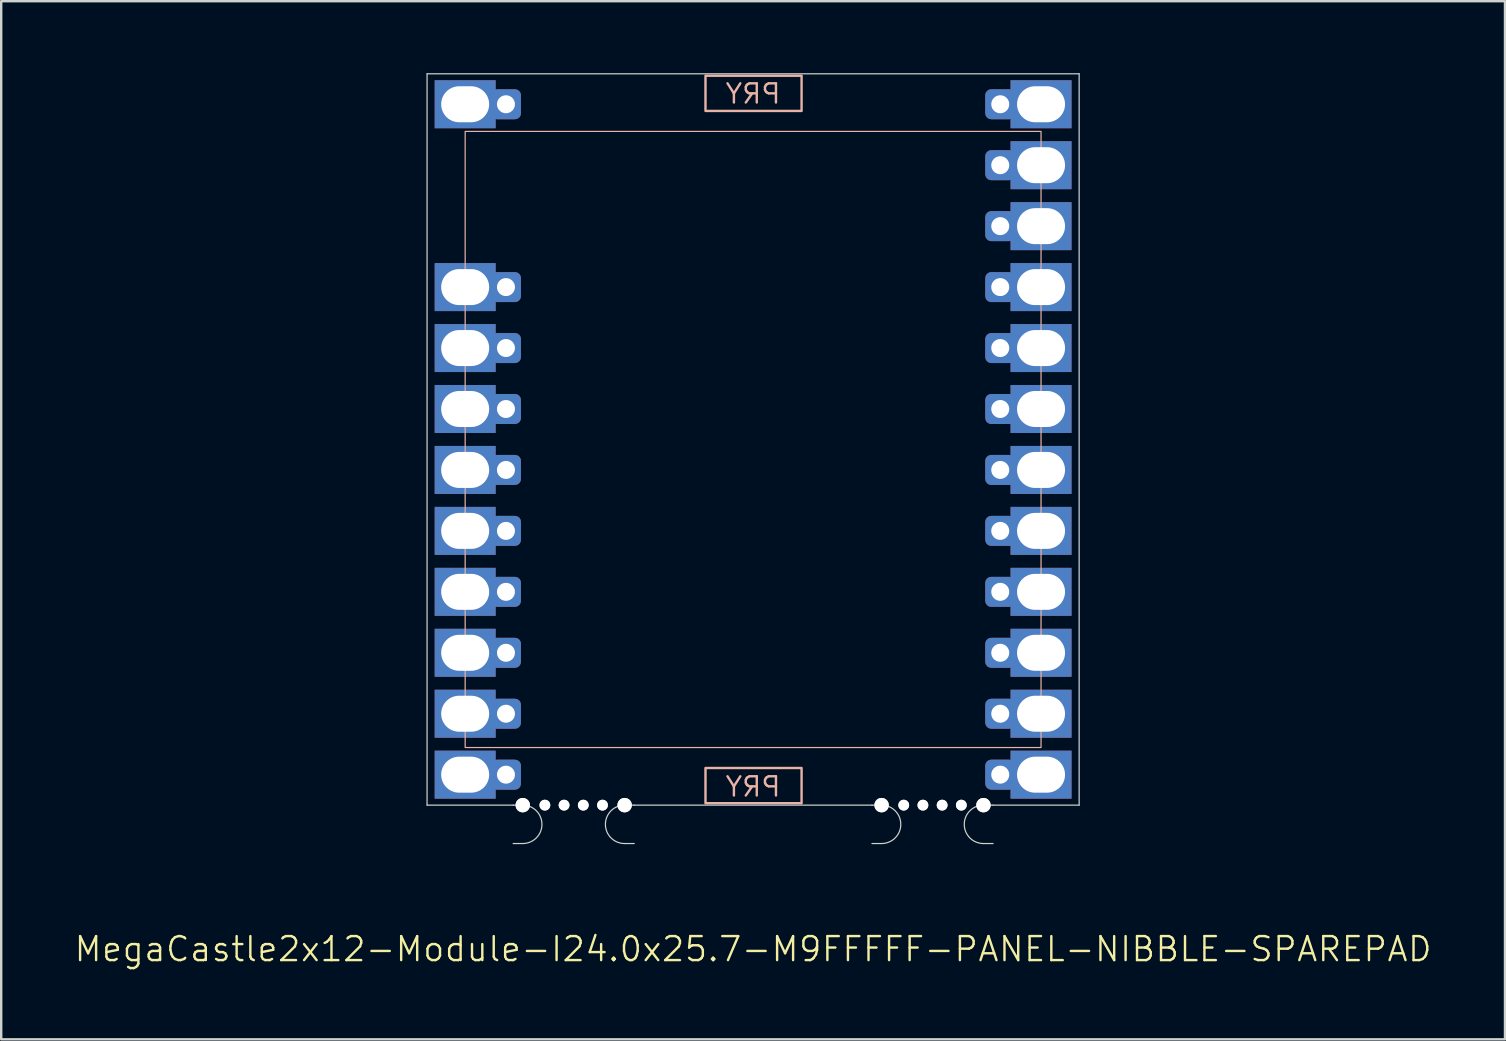
<source format=kicad_pcb>
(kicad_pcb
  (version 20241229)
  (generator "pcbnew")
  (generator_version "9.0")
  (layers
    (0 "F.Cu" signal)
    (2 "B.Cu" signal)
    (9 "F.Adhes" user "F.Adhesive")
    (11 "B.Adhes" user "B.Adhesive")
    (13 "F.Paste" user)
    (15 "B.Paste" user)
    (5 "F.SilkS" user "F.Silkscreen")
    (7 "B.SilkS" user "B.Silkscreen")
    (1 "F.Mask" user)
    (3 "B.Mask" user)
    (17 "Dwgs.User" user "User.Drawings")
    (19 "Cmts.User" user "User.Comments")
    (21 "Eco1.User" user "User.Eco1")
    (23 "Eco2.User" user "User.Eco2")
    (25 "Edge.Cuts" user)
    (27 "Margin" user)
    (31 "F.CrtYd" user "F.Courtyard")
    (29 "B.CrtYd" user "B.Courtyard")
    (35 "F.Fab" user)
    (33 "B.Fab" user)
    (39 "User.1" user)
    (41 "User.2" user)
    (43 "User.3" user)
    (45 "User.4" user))
  (footprint "MegaCastle2x12-Module-I24.0x25.7-M9FFFFF-PANEL-NIBBLE-SPAREPAD"
    (layer "F.Cu")
    (at 28.336 15.265)
    (property "Reference" "MegaCastle2x12-Module-I24.0x25.7-M9FFFFF-PANEL-NIBBLE-SPAREPAD" (at 0 21.24 0) (unlocked yes) (layer "F.SilkS") (effects (font (size 1 1) (thickness 0.1))))
    (attr smd)
    (fp_rect (start -12 12.84) (end 12 -12.84) (stroke (width 0.05) (type default)) (fill no) (layer "B.SilkS"))
    (fp_rect (start -1.984 -13.691) (end 2.02 -15.16) (stroke (width 0.1) (type default)) (fill no) (layer "B.SilkS"))
    (fp_rect (start -1.984 13.691) (end 2.02 15.16) (stroke (width 0.1) (type default)) (fill no) (layer "B.SilkS"))
    (fp_line (start -13.588 -15.24) (end -13.588 15.24) (stroke (width 0.05) (type default)) (layer "Edge.Cuts"))
    (fp_line (start -13.588 -15.24) (end 13.588 -15.24) (stroke (width 0.05) (type default)) (layer "Edge.Cuts"))
    (fp_line (start -13.588 15.24) (end -10 15.24) (stroke (width 0.05) (type default)) (layer "Edge.Cuts"))
    (fp_line (start -10 15.24) (end -9.6 15.24) (stroke (width 0.05) (type default)) (layer "Edge.Cuts"))
    (fp_line (start -10 16.84) (end -9.6 16.84) (stroke (width 0.05) (type default)) (layer "Edge.Cuts"))
    (fp_line (start -4.955 15.24) (end -5.355 15.24) (stroke (width 0.05) (type default)) (layer "Edge.Cuts"))
    (fp_line (start -4.955 15.24) (end 4.955 15.24) (stroke (width 0.05) (type default)) (layer "Edge.Cuts"))
    (fp_line (start -4.955 16.84) (end -5.355 16.84) (stroke (width 0.05) (type default)) (layer "Edge.Cuts"))
    (fp_line (start 4.955 15.24) (end 5.355 15.24) (stroke (width 0.05) (type default)) (layer "Edge.Cuts"))
    (fp_line (start 4.955 16.84) (end 5.355 16.84) (stroke (width 0.05) (type default)) (layer "Edge.Cuts"))
    (fp_line (start 10 15.24) (end 9.6 15.24) (stroke (width 0.05) (type default)) (layer "Edge.Cuts"))
    (fp_line (start 10 15.24) (end 13.588 15.24) (stroke (width 0.05) (type default)) (layer "Edge.Cuts"))
    (fp_line (start 10 16.84) (end 9.6 16.84) (stroke (width 0.05) (type default)) (layer "Edge.Cuts"))
    (fp_line (start 13.588 -15.24) (end 13.588 15.24) (stroke (width 0.05) (type default)) (layer "Edge.Cuts"))
    (fp_arc (start -9.6 15.24) (mid -8.8 16.040001) (end -9.6 16.84) (stroke (width 0.05) (type default)) (layer "Edge.Cuts"))
    (fp_arc (start -5.355 16.84) (mid -6.155 16.04) (end -5.355 15.24) (stroke (width 0.05) (type default)) (layer "Edge.Cuts"))
    (fp_arc (start 5.355 15.24) (mid 6.155 16.040001) (end 5.355 16.84) (stroke (width 0.05) (type default)) (layer "Edge.Cuts"))
    (fp_arc (start 9.6 16.84) (mid 8.8 16.04) (end 9.6 15.24) (stroke (width 0.05) (type default)) (layer "Edge.Cuts"))
    (fp_text user "PRY" (at 0 -13.94 0) (unlocked yes) (layer "B.SilkS") (effects (font (size 0.8 0.8) (thickness 0.1)) (justify bottom mirror)))
    (fp_text user "PRY" (at 0 14.94 0) (unlocked yes) (layer "B.SilkS") (effects (font (size 0.8 0.8) (thickness 0.1)) (justify bottom mirror)))
    (pad "" np_thru_hole circle (at -9.6 15.24) (size 0.6 0.6) (drill 0.6) (layers "*.Cu" "Edge.Cuts"))
    (pad "" np_thru_hole circle (at -8.678 15.24) (size 0.45 0.45) (drill 0.45) (layers "*.Cu" "Edge.Cuts"))
    (pad "" np_thru_hole circle (at -7.878 15.24) (size 0.45 0.45) (drill 0.45) (layers "*.Cu" "Edge.Cuts"))
    (pad "" np_thru_hole circle (at -7.077 15.24) (size 0.45 0.45) (drill 0.45) (layers "*.Cu" "Edge.Cuts"))
    (pad "" np_thru_hole circle (at -6.277 15.24) (size 0.45 0.45) (drill 0.45) (layers "*.Cu" "Edge.Cuts"))
    (pad "" np_thru_hole circle (at -5.355 15.24) (size 0.6 0.6) (drill 0.6) (layers "*.Cu" "Edge.Cuts"))
    (pad "" np_thru_hole circle (at 5.355 15.24) (size 0.6 0.6) (drill 0.6) (layers "*.Cu" "Edge.Cuts"))
    (pad "" np_thru_hole circle (at 6.277 15.24) (size 0.45 0.45) (drill 0.45) (layers "*.Cu" "Edge.Cuts"))
    (pad "" np_thru_hole circle (at 7.077 15.24) (size 0.45 0.45) (drill 0.45) (layers "*.Cu" "Edge.Cuts"))
    (pad "" np_thru_hole circle (at 7.878 15.24) (size 0.45 0.45) (drill 0.45) (layers "*.Cu" "Edge.Cuts"))
    (pad "" np_thru_hole circle (at 8.678 15.24) (size 0.45 0.45) (drill 0.45) (layers "*.Cu" "Edge.Cuts"))
    (pad "" np_thru_hole circle (at 9.6 15.24) (size 0.6 0.6) (drill 0.6) (layers "*.Cu" "Edge.Cuts"))
    (pad "1" thru_hole rect (at -12 -13.97) (size 2.54 2) (drill oval 2 1.5) (property pad_prop_castellated) (layers "*.Cu" "*.Mask"))
    (pad "1" thru_hole roundrect (at -10.3 -13.97 180) (size 1.25 1.25) (drill 0.75) (layers "*.Cu" "*.Mask") (roundrect_rratio 0.2))
    (pad "4" thru_hole rect (at -12 -6.35) (size 2.54 2) (drill oval 2 1.5) (property pad_prop_castellated) (layers "*.Cu" "*.Mask"))
    (pad "4" thru_hole roundrect (at -10.3 -6.35 180) (size 1.25 1.25) (drill 0.75) (layers "*.Cu" "*.Mask") (roundrect_rratio 0.2))
    (pad "5" thru_hole rect (at -12 -3.81) (size 2.54 2) (drill oval 2 1.5) (property pad_prop_castellated) (layers "*.Cu" "*.Mask"))
    (pad "5" thru_hole roundrect (at -10.3 -3.81 180) (size 1.25 1.25) (drill 0.75) (layers "*.Cu" "*.Mask") (roundrect_rratio 0.2))
    (pad "6" thru_hole rect (at -12 -1.27) (size 2.54 2) (drill oval 2 1.5) (property pad_prop_castellated) (layers "*.Cu" "*.Mask"))
    (pad "6" thru_hole roundrect (at -10.3 -1.27 180) (size 1.25 1.25) (drill 0.75) (layers "*.Cu" "*.Mask") (roundrect_rratio 0.2))
    (pad "7" thru_hole rect (at -12 1.27) (size 2.54 2) (drill oval 2 1.5) (property pad_prop_castellated) (layers "*.Cu" "*.Mask"))
    (pad "7" thru_hole roundrect (at -10.3 1.27 180) (size 1.25 1.25) (drill 0.75) (layers "*.Cu" "*.Mask") (roundrect_rratio 0.2))
    (pad "8" thru_hole rect (at -12 3.81) (size 2.54 2) (drill oval 2 1.5) (property pad_prop_castellated) (layers "*.Cu" "*.Mask"))
    (pad "8" thru_hole roundrect (at -10.3 3.81 180) (size 1.25 1.25) (drill 0.75) (layers "*.Cu" "*.Mask") (roundrect_rratio 0.2))
    (pad "9" thru_hole rect (at -12 6.35) (size 2.54 2) (drill oval 2 1.5) (property pad_prop_castellated) (layers "*.Cu" "*.Mask"))
    (pad "9" thru_hole roundrect (at -10.3 6.35 180) (size 1.25 1.25) (drill 0.75) (layers "*.Cu" "*.Mask") (roundrect_rratio 0.2))
    (pad "10" thru_hole rect (at -12 8.89) (size 2.54 2) (drill oval 2 1.5) (property pad_prop_castellated) (layers "*.Cu" "*.Mask"))
    (pad "10" thru_hole roundrect (at -10.3 8.89 180) (size 1.25 1.25) (drill 0.75) (layers "*.Cu" "*.Mask") (roundrect_rratio 0.2))
    (pad "11" thru_hole rect (at -12 11.43) (size 2.54 2) (drill oval 2 1.5) (property pad_prop_castellated) (layers "*.Cu" "*.Mask"))
    (pad "11" thru_hole roundrect (at -10.3 11.43 180) (size 1.25 1.25) (drill 0.75) (layers "*.Cu" "*.Mask") (roundrect_rratio 0.2))
    (pad "12" thru_hole rect (at -12 13.97) (size 2.54 2) (drill oval 2 1.5) (property pad_prop_castellated) (layers "*.Cu" "*.Mask"))
    (pad "12" thru_hole roundrect (at -10.3 13.97 180) (size 1.25 1.25) (drill 0.75) (layers "*.Cu" "*.Mask") (roundrect_rratio 0.2))
    (pad "13" thru_hole roundrect (at 10.3 -13.97 180) (size 1.25 1.25) (drill 0.75) (layers "*.Cu" "*.Mask") (roundrect_rratio 0.2))
    (pad "13" thru_hole rect (at 12 -13.97) (size 2.54 2) (drill oval 2 1.5) (property pad_prop_castellated) (layers "*.Cu" "*.Mask"))
    (pad "14" thru_hole roundrect (at 10.3 -11.43 180) (size 1.25 1.25) (drill 0.75) (layers "*.Cu" "*.Mask") (roundrect_rratio 0.2))
    (pad "14" thru_hole rect (at 12 -11.43) (size 2.54 2) (drill oval 2 1.5) (property pad_prop_castellated) (layers "*.Cu" "*.Mask"))
    (pad "15" thru_hole roundrect (at 10.3 -8.89 180) (size 1.25 1.25) (drill 0.75) (layers "*.Cu" "*.Mask") (roundrect_rratio 0.2))
    (pad "15" thru_hole rect (at 12 -8.89) (size 2.54 2) (drill oval 2 1.5) (property pad_prop_castellated) (layers "*.Cu" "*.Mask"))
    (pad "16" thru_hole roundrect (at 10.3 -6.35 180) (size 1.25 1.25) (drill 0.75) (layers "*.Cu" "*.Mask") (roundrect_rratio 0.2))
    (pad "16" thru_hole rect (at 12 -6.35) (size 2.54 2) (drill oval 2 1.5) (property pad_prop_castellated) (layers "*.Cu" "*.Mask"))
    (pad "17" thru_hole roundrect (at 10.3 -3.81 180) (size 1.25 1.25) (drill 0.75) (layers "*.Cu" "*.Mask") (roundrect_rratio 0.2))
    (pad "17" thru_hole rect (at 12 -3.81) (size 2.54 2) (drill oval 2 1.5) (property pad_prop_castellated) (layers "*.Cu" "*.Mask"))
    (pad "18" thru_hole roundrect (at 10.3 -1.27 180) (size 1.25 1.25) (drill 0.75) (layers "*.Cu" "*.Mask") (roundrect_rratio 0.2))
    (pad "18" thru_hole rect (at 12 -1.27) (size 2.54 2) (drill oval 2 1.5) (property pad_prop_castellated) (layers "*.Cu" "*.Mask"))
    (pad "19" thru_hole roundrect (at 10.3 1.27 180) (size 1.25 1.25) (drill 0.75) (layers "*.Cu" "*.Mask") (roundrect_rratio 0.2))
    (pad "19" thru_hole rect (at 12 1.27) (size 2.54 2) (drill oval 2 1.5) (property pad_prop_castellated) (layers "*.Cu" "*.Mask"))
    (pad "20" thru_hole roundrect (at 10.3 3.81 180) (size 1.25 1.25) (drill 0.75) (layers "*.Cu" "*.Mask") (roundrect_rratio 0.2))
    (pad "20" thru_hole rect (at 12 3.81) (size 2.54 2) (drill oval 2 1.5) (property pad_prop_castellated) (layers "*.Cu" "*.Mask"))
    (pad "21" thru_hole roundrect (at 10.3 6.35 180) (size 1.25 1.25) (drill 0.75) (layers "*.Cu" "*.Mask") (roundrect_rratio 0.2))
    (pad "21" thru_hole rect (at 12 6.35) (size 2.54 2) (drill oval 2 1.5) (property pad_prop_castellated) (layers "*.Cu" "*.Mask"))
    (pad "22" thru_hole roundrect (at 10.3 8.89 180) (size 1.25 1.25) (drill 0.75) (layers "*.Cu" "*.Mask") (roundrect_rratio 0.2))
    (pad "22" thru_hole rect (at 12 8.89) (size 2.54 2) (drill oval 2 1.5) (property pad_prop_castellated) (layers "*.Cu" "*.Mask"))
    (pad "23" thru_hole roundrect (at 10.3 11.43 180) (size 1.25 1.25) (drill 0.75) (layers "*.Cu" "*.Mask") (roundrect_rratio 0.2))
    (pad "23" thru_hole rect (at 12 11.43) (size 2.54 2) (drill oval 2 1.5) (property pad_prop_castellated) (layers "*.Cu" "*.Mask"))
    (pad "24" thru_hole roundrect (at 10.3 13.97 180) (size 1.25 1.25) (drill 0.75) (layers "*.Cu" "*.Mask") (roundrect_rratio 0.2))
    (pad "24" thru_hole rect (at 12 13.97) (size 2.54 2) (drill oval 2 1.5) (property pad_prop_castellated) (layers "*.Cu" "*.Mask"))
    (zone (net_name "") (layer "B.Cu") (hatch edge 0.5) (connect_pads) (min_thickness 0.25) (filled_areas_thickness no) (keepout (tracks allowed) (vias allowed) (pads allowed) (copperpour allowed) (footprints not_allowed)) (placement (enabled no)) (fill) (polygon (pts (xy 16.336 30.505) (xy 16.336 0.025))))
    (zone (net_name "") (layer "B.Cu") (hatch edge 0.5) (connect_pads) (min_thickness 0.25) (filled_areas_thickness no) (keepout (tracks allowed) (vias allowed) (pads allowed) (copperpour allowed) (footprints not_allowed)) (placement (enabled no)) (fill) (polygon (pts (xy 40.336 30.505) (xy 40.336 0.025))))
    (zone (net_name "") (layer "B.Cu") (hatch edge 0.5) (connect_pads) (min_thickness 0.25) (filled_areas_thickness no) (keepout (tracks allowed) (vias allowed) (pads allowed) (copperpour allowed) (footprints not_allowed)) (placement (enabled no)) (fill) (polygon (pts (xy 16.336 0.025) (xy 16.336 2.425) (xy 40.336 2.425) (xy 40.336 0.025))))
    (zone (net_name "") (layer "B.Cu") (hatch edge 0.5) (connect_pads) (min_thickness 0.25) (filled_areas_thickness no) (keepout (tracks allowed) (vias allowed) (pads allowed) (copperpour allowed) (footprints not_allowed)) (placement (enabled no)) (fill) (polygon (pts (xy 16.336 30.505) (xy 16.336 28.105) (xy 40.336 28.105) (xy 40.336 30.505))))
    (zone (net_name "") (layer "B.Cu") (name "Upper Pry Zone") (hatch edge 0.5) (connect_pads) (min_thickness 0.25) (filled_areas_thickness no) (keepout (tracks not_allowed) (vias not_allowed) (pads not_allowed) (copperpour allowed) (footprints not_allowed)) (placement (enabled no)) (fill) (polygon (pts (xy 26.351 1.574) (xy 26.351 0.105) (xy 30.355 0.105) (xy 30.355 1.574))))
    (zone (net_name "") (layer "B.Cu") (name "Upper Pry Zone") (hatch edge 0.5) (connect_pads) (min_thickness 0.25) (filled_areas_thickness no) (keepout (tracks not_allowed) (vias not_allowed) (pads not_allowed) (copperpour allowed) (footprints not_allowed)) (placement (enabled no)) (fill) (polygon (pts (xy 26.351 28.956) (xy 26.351 30.425) (xy 30.355 30.425) (xy 30.355 28.956)))))
  (gr_rect
    (start -3 -3)
    (end 59.671 40.266)
    (stroke (width 0.1) (type default))
    (fill no)
    (layer "Edge.Cuts")))
</source>
